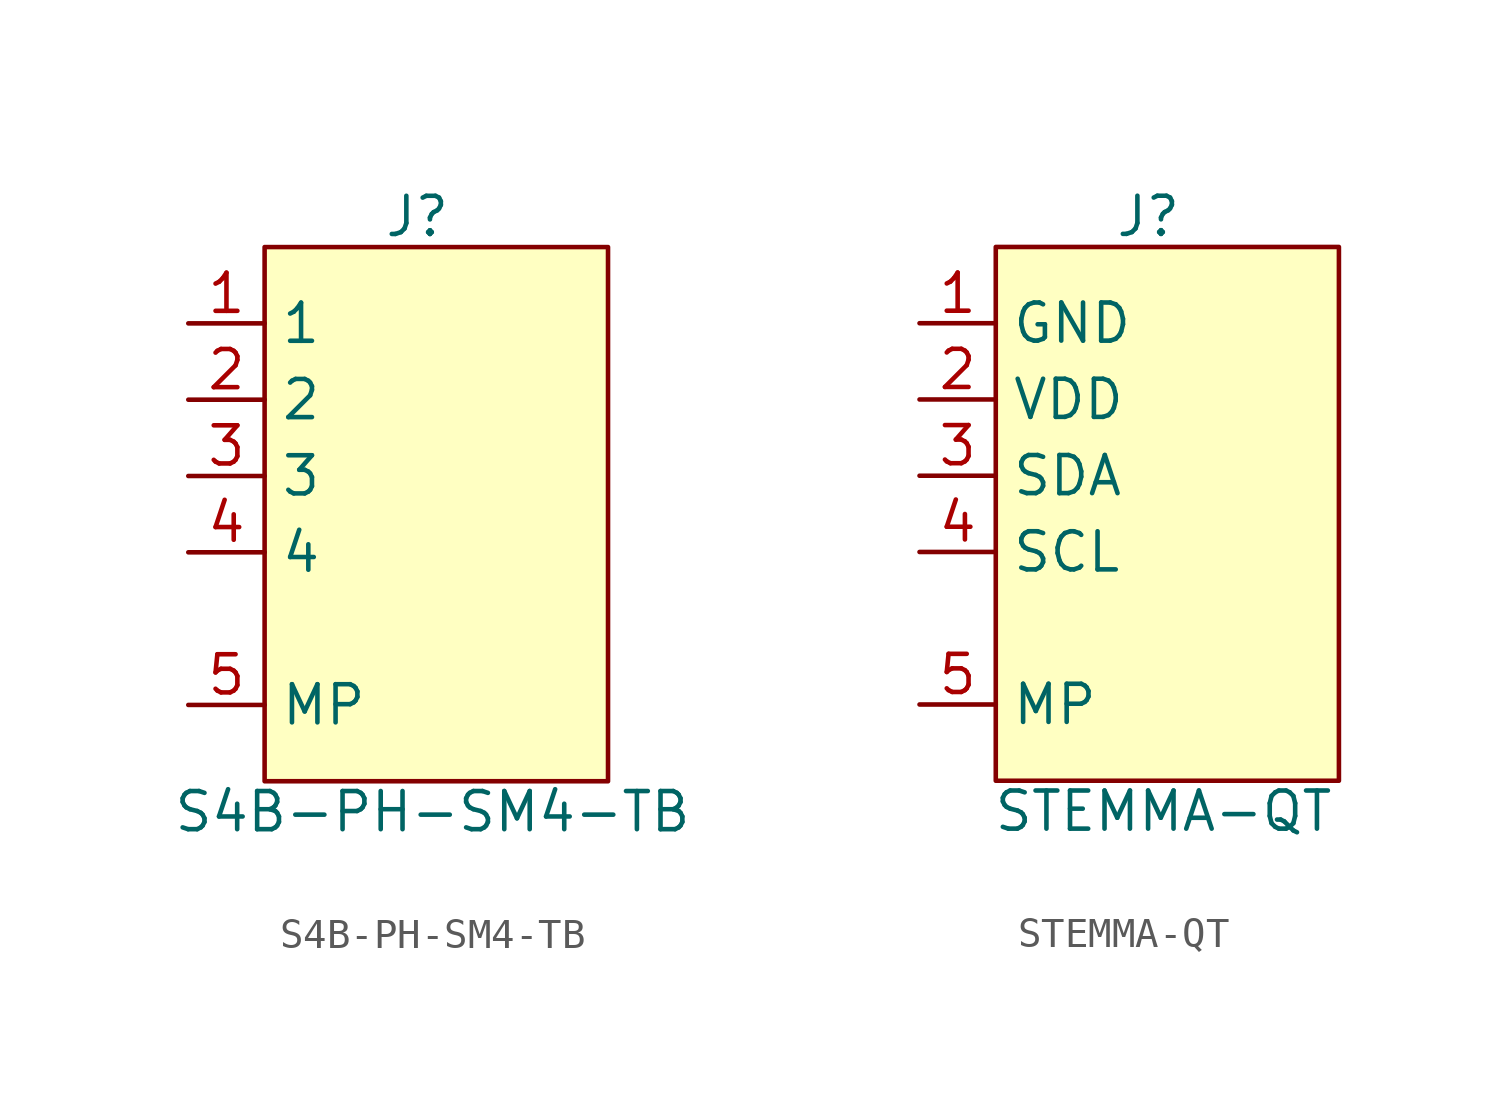
<source format=kicad_sym>
(kicad_symbol_lib
  (version 20231120)
  (generator "kicad_symbol_editor")
  (generator_version "8.0")
  (symbol "S4B-PH-SM4-TB"
    (property "Reference" "J"
      (at 2.54 9.906 0)
      (do_not_autoplace)
      (effects (font (size 1.27 1.27))))
    (property "Value" "S4B-PH-SM4-TB"
      (at 3.048 -9.906 0)
      (do_not_autoplace)
      (effects (font (size 1.27 1.27))))
    (symbol "S4B-PH-SM4-TB_0_0"
      (pin passive line (at -5.08 -6.35 0) (length 2.54) (name "MP" (effects (font (size 1.27 1.27)))) (number "5" (effects (font (size 1.27 1.27))))))
    (symbol "S4B-PH-SM4-TB_1_0"
      (pin passive line (at -5.08 6.35 0) (length 2.54) (name "1" (effects (font (size 1.27 1.27)))) (number "1" (effects (font (size 1.27 1.27)))))
      (pin power_in line (at -5.08 3.81 0) (length 2.54) (name "2" (effects (font (size 1.27 1.27)))) (number "2" (effects (font (size 1.27 1.27)))))
      (pin bidirectional line (at -5.08 1.27 0) (length 2.54) (name "3" (effects (font (size 1.27 1.27)))) (number "3" (effects (font (size 1.27 1.27)))))
      (pin input line (at -5.08 -1.27 0) (length 2.54) (name "4" (effects (font (size 1.27 1.27)))) (number "4" (effects (font (size 1.27 1.27)))))
      (pin passive line (at -5.08 -6.35 0) (length 2.54) hide (name "MP" (effects (font (size 1.27 1.27)))) (number "6" (effects (font (size 1.27 1.27))))))
    (symbol "S4B-PH-SM4-TB_1_1"
      (rectangle (start -2.54 8.89) (end 8.89 -8.89) (stroke (width 0) (type default)) (fill (type background)))))
  (symbol "STEMMA-QT"
    (property "Reference" "J"
      (at 2.54 9.906 0)
      (do_not_autoplace)
      (effects (font (size 1.27 1.27))))
    (property "Value" "STEMMA-QT"
      (at 3.048 -9.906 0)
      (do_not_autoplace)
      (effects (font (size 1.27 1.27))))
    (symbol "STEMMA-QT_0_0"
      (pin passive line (at -5.08 6.35 0) (length 2.54) (name "GND" (effects (font (size 1.27 1.27)))) (number "1" (effects (font (size 1.27 1.27)))))
      (pin power_in line (at -5.08 3.81 0) (length 2.54) (name "VDD" (effects (font (size 1.27 1.27)))) (number "2" (effects (font (size 1.27 1.27)))))
      (pin bidirectional line (at -5.08 1.27 0) (length 2.54) (name "SDA" (effects (font (size 1.27 1.27)))) (number "3" (effects (font (size 1.27 1.27)))))
      (pin input line (at -5.08 -1.27 0) (length 2.54) (name "SCL" (effects (font (size 1.27 1.27)))) (number "4" (effects (font (size 1.27 1.27)))))
      (pin passive line (at -5.08 -6.35 0) (length 2.54) (name "MP" (effects (font (size 1.27 1.27)))) (number "5" (effects (font (size 1.27 1.27))))))
    (symbol "STEMMA-QT_1_0"
      (pin passive line (at -5.08 -6.35 0) (length 2.54) hide (name "MP" (effects (font (size 1.27 1.27)))) (number "6" (effects (font (size 1.27 1.27))))))
    (symbol "STEMMA-QT_1_1"
      (rectangle (start -2.54 8.89) (end 8.89 -8.89) (stroke (width 0) (type default)) (fill (type background))))))
</source>
